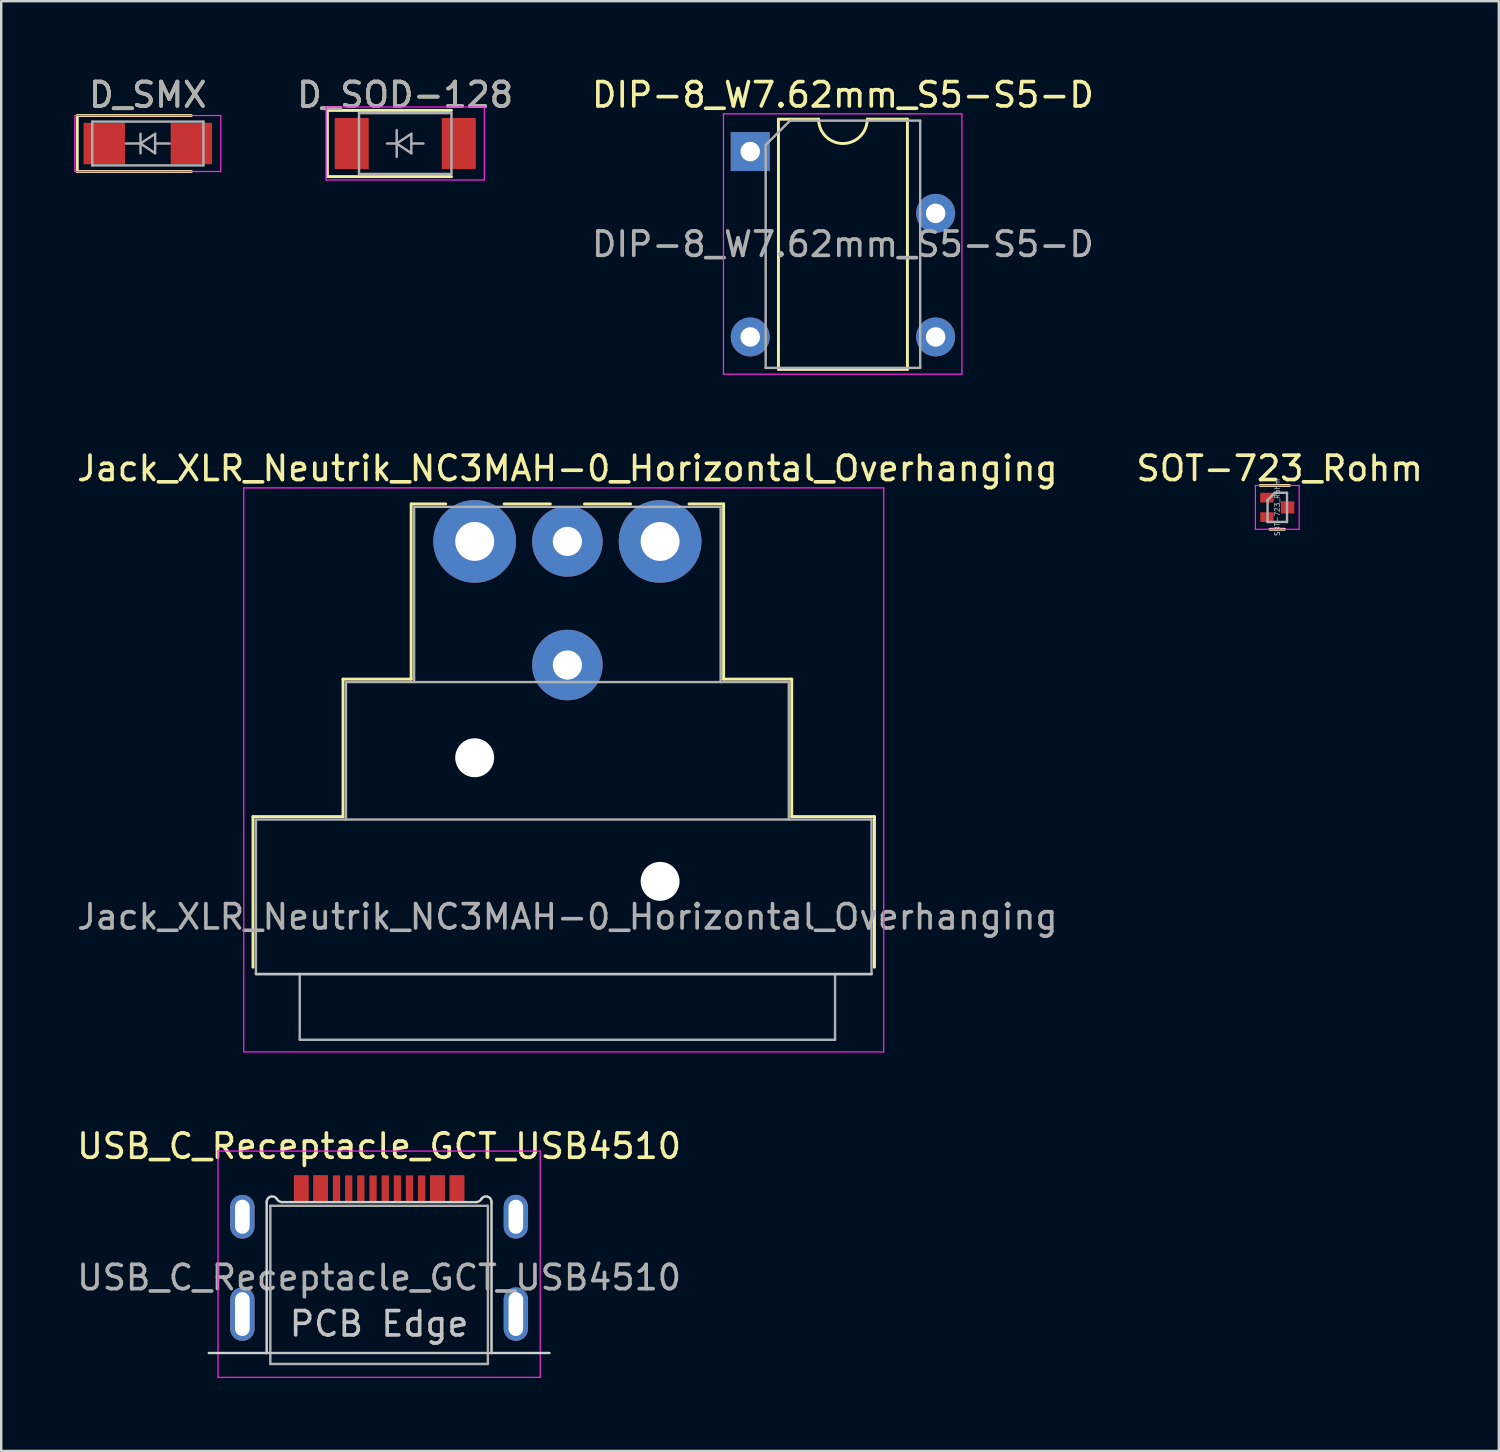
<source format=kicad_pcb>
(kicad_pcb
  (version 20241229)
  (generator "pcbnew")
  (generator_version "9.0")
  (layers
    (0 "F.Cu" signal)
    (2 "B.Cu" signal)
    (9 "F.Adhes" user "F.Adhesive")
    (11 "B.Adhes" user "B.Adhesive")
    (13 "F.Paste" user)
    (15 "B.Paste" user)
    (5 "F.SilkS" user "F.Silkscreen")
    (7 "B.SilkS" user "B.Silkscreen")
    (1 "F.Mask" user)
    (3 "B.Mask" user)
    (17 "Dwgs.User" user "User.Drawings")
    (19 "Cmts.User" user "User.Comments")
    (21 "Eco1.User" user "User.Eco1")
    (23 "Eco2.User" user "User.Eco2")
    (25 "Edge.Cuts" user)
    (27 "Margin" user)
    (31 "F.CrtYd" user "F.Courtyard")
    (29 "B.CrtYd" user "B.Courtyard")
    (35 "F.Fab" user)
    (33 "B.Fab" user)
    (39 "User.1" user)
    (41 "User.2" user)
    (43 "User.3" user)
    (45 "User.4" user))
  (footprint "D_SMX"
    (layer "F.Cu")
    (at 3.025 2.848)
    (property "Reference" "D_SMX" (at 0 -2 0) (layer "F.SilkS") (effects (font (size 1 1) (thickness 0.15))))
    (attr smd)
    (fp_line (start -2.9 -1.15) (end -2.9 1.15) (stroke (width 0.12) (type solid)) (layer "F.SilkS"))
    (fp_line (start -2.9 -1.15) (end 1.79 -1.15) (stroke (width 0.12) (type solid)) (layer "F.SilkS"))
    (fp_line (start -2.9 1.15) (end 1.79 1.15) (stroke (width 0.12) (type solid)) (layer "F.SilkS"))
    (fp_line (start -3 -1.15) (end 3 -1.15) (stroke (width 0.05) (type solid)) (layer "F.CrtYd"))
    (fp_line (start -3 1.15) (end -3 -1.15) (stroke (width 0.05) (type solid)) (layer "F.CrtYd"))
    (fp_line (start 3 -1.15) (end 3 1.15) (stroke (width 0.05) (type solid)) (layer "F.CrtYd"))
    (fp_line (start 3 1.15) (end -3 1.15) (stroke (width 0.05) (type solid)) (layer "F.CrtYd"))
    (fp_line (start -2.285 0.9) (end -2.285 -0.9) (stroke (width 0.1) (type solid)) (layer "F.Fab"))
    (fp_line (start -0.3 -0.4) (end -0.3 0.4) (stroke (width 0.1) (type solid)) (layer "F.Fab"))
    (fp_line (start -0.3 0) (end -0.9 0) (stroke (width 0.1) (type solid)) (layer "F.Fab"))
    (fp_line (start -0.3 0) (end 0.3 -0.4) (stroke (width 0.1) (type solid)) (layer "F.Fab"))
    (fp_line (start -0.3 0.001) (end 0.3 0.4) (stroke (width 0.1) (type solid)) (layer "F.Fab"))
    (fp_line (start 0.3 0) (end 0.9 0) (stroke (width 0.1) (type solid)) (layer "F.Fab"))
    (fp_line (start 0.3 0.4) (end 0.3 -0.4) (stroke (width 0.1) (type solid)) (layer "F.Fab"))
    (fp_line (start 2.285 -0.9) (end -2.285 -0.9) (stroke (width 0.1) (type solid)) (layer "F.Fab"))
    (fp_line (start 2.285 -0.9) (end 2.285 0.9) (stroke (width 0.1) (type solid)) (layer "F.Fab"))
    (fp_line (start 2.285 0.9) (end -2.285 0.9) (stroke (width 0.1) (type solid)) (layer "F.Fab"))
    (fp_text user "${REFERENCE}" (at 0 -2 0) (layer "F.Fab") (effects (font (size 1 1) (thickness 0.15))))
    (pad "1" smd rect (at -1.79 0) (size 1.7 1.7) (layers "F.Cu" "F.Mask" "F.Paste"))
    (pad "2" smd rect (at 1.79 0) (size 1.7 1.7) (layers "F.Cu" "F.Mask" "F.Paste")))
  (footprint "Jack_XLR_Neutrik_NC3MAH-0_Horizontal_Overhanging"
    (layer "F.Cu")
    (at 16.458 19.201)
    (property "Reference" "Jack_XLR_Neutrik_NC3MAH-0_Horizontal_Overhanging" (at 3.81 -3 0) (layer "F.SilkS") (effects (font (size 1 1) (thickness 0.15))))
    (attr through_hole)
    (fp_line (start -9.11 11.31) (end -5.41 11.31) (stroke (width 0.12) (type solid)) (layer "F.SilkS"))
    (fp_line (start -9.11 17.5) (end -9.11 11.31) (stroke (width 0.12) (type solid)) (layer "F.SilkS"))
    (fp_line (start -5.41 11.31) (end -5.41 5.66) (stroke (width 0.12) (type solid)) (layer "F.SilkS"))
    (fp_line (start -2.61 5.66) (end -5.41 5.66) (stroke (width 0.12) (type solid)) (layer "F.SilkS"))
    (fp_line (start -2.61 5.66) (end -2.61 -1.54) (stroke (width 0.12) (type solid)) (layer "F.SilkS"))
    (fp_line (start -1.19 -1.54) (end -2.61 -1.54) (stroke (width 0.12) (type solid)) (layer "F.SilkS"))
    (fp_line (start 3.11 -1.54) (end 1.21 -1.54) (stroke (width 0.12) (type solid)) (layer "F.SilkS"))
    (fp_line (start 4.51 -1.54) (end 6.41 -1.54) (stroke (width 0.12) (type solid)) (layer "F.SilkS"))
    (fp_line (start 10.23 -1.54) (end 8.81 -1.54) (stroke (width 0.12) (type solid)) (layer "F.SilkS"))
    (fp_line (start 10.23 5.66) (end 10.23 -1.54) (stroke (width 0.12) (type solid)) (layer "F.SilkS"))
    (fp_line (start 10.23 5.66) (end 13.03 5.66) (stroke (width 0.12) (type solid)) (layer "F.SilkS"))
    (fp_line (start 13.03 11.31) (end 13.03 5.66) (stroke (width 0.12) (type solid)) (layer "F.SilkS"))
    (fp_line (start 13.03 11.31) (end 16.43 11.31) (stroke (width 0.12) (type solid)) (layer "F.SilkS"))
    (fp_line (start 16.43 17.5) (end 16.43 11.31) (stroke (width 0.12) (type solid)) (layer "F.SilkS"))
    (fp_line (start 16.31 17.78) (end -8.99 17.78) (stroke (width 0.1) (type solid)) (layer "Dwgs.User"))
    (fp_line (start -9.49 20.98) (end -9.49 -2.2) (stroke (width 0.05) (type solid)) (layer "F.CrtYd"))
    (fp_line (start 16.81 -2.2) (end -9.49 -2.2) (stroke (width 0.05) (type solid)) (layer "F.CrtYd"))
    (fp_line (start 16.81 20.98) (end -9.49 20.98) (stroke (width 0.05) (type solid)) (layer "F.CrtYd"))
    (fp_line (start 16.81 20.98) (end 16.81 -2.2) (stroke (width 0.05) (type solid)) (layer "F.CrtYd"))
    (fp_line (start -8.99 11.43) (end 16.31 11.43) (stroke (width 0.1) (type solid)) (layer "F.Fab"))
    (fp_line (start -8.99 17.78) (end -8.99 11.43) (stroke (width 0.1) (type solid)) (layer "F.Fab"))
    (fp_line (start -7.19 20.48) (end -7.19 17.78) (stroke (width 0.1) (type solid)) (layer "F.Fab"))
    (fp_line (start -5.29 5.78) (end -5.29 11.43) (stroke (width 0.1) (type solid)) (layer "F.Fab"))
    (fp_line (start -5.29 5.78) (end 12.91 5.78) (stroke (width 0.1) (type solid)) (layer "F.Fab"))
    (fp_line (start -2.49 5.78) (end -2.49 -1.42) (stroke (width 0.1) (type solid)) (layer "F.Fab"))
    (fp_line (start 10.11 -1.42) (end -2.49 -1.42) (stroke (width 0.1) (type solid)) (layer "F.Fab"))
    (fp_line (start 10.11 5.78) (end 10.11 -1.42) (stroke (width 0.1) (type solid)) (layer "F.Fab"))
    (fp_line (start 12.91 11.43) (end 12.91 5.78) (stroke (width 0.1) (type solid)) (layer "F.Fab"))
    (fp_line (start 14.81 17.78) (end 14.81 20.48) (stroke (width 0.1) (type solid)) (layer "F.Fab"))
    (fp_line (start 14.81 20.48) (end -7.19 20.48) (stroke (width 0.1) (type solid)) (layer "F.Fab"))
    (fp_line (start 16.31 11.43) (end 16.31 17.78) (stroke (width 0.1) (type solid)) (layer "F.Fab"))
    (fp_line (start 16.31 17.78) (end -8.99 17.78) (stroke (width 0.1) (type solid)) (layer "F.Fab"))
    (fp_text user "${REFERENCE}" (at 3.81 15.43 0) (layer "F.Fab") (effects (font (size 1 1) (thickness 0.15))))
    (pad "" np_thru_hole circle (at 0 8.89) (size 1.6 1.6) (drill 1.6) (layers "*.Cu" "*.Mask"))
    (pad "" np_thru_hole circle (at 7.62 13.97) (size 1.6 1.6) (drill 1.6) (layers "*.Cu" "*.Mask"))
    (pad "1" thru_hole circle (at 0 0) (size 3.4 3.4) (drill 1.6) (layers "*.Cu" "*.Mask"))
    (pad "2" thru_hole circle (at 7.62 0) (size 3.4 3.4) (drill 1.6) (layers "*.Cu" "*.Mask"))
    (pad "3" thru_hole circle (at 3.81 0) (size 2.9 2.9) (drill 1.2) (layers "*.Cu" "*.Mask"))
    (pad "G" thru_hole circle (at 3.81 5.08) (size 2.9 2.9) (drill 1.2) (layers "*.Cu" "*.Mask")))
  (footprint "D_SOD-128"
    (layer "F.Cu")
    (at 13.604 2.848)
    (property "Reference" "D_SOD-128" (at 0 -2 0) (layer "F.SilkS") (effects (font (size 1 1) (thickness 0.15))))
    (attr smd)
    (fp_line (start -3.2 -1.36) (end -3.2 1.36) (stroke (width 0.12) (type solid)) (layer "F.SilkS"))
    (fp_line (start -3.2 -1.36) (end 1.9 -1.36) (stroke (width 0.12) (type solid)) (layer "F.SilkS"))
    (fp_line (start -3.2 1.36) (end 1.9 1.36) (stroke (width 0.12) (type solid)) (layer "F.SilkS"))
    (fp_line (start -3.25 -1.5) (end -3.25 1.5) (stroke (width 0.05) (type solid)) (layer "F.CrtYd"))
    (fp_line (start -3.25 -1.5) (end 3.25 -1.5) (stroke (width 0.05) (type solid)) (layer "F.CrtYd"))
    (fp_line (start 3.25 -1.5) (end 3.25 1.5) (stroke (width 0.05) (type solid)) (layer "F.CrtYd"))
    (fp_line (start 3.25 1.5) (end -3.25 1.5) (stroke (width 0.05) (type solid)) (layer "F.CrtYd"))
    (fp_line (start -1.9 -1.25) (end 1.9 -1.25) (stroke (width 0.1) (type solid)) (layer "F.Fab"))
    (fp_line (start -1.9 1.25) (end -1.9 -1.25) (stroke (width 0.1) (type solid)) (layer "F.Fab"))
    (fp_line (start -0.75 0) (end -0.35 0) (stroke (width 0.1) (type solid)) (layer "F.Fab"))
    (fp_line (start -0.35 0) (end -0.35 -0.55) (stroke (width 0.1) (type solid)) (layer "F.Fab"))
    (fp_line (start -0.35 0) (end -0.35 0.55) (stroke (width 0.1) (type solid)) (layer "F.Fab"))
    (fp_line (start -0.35 0) (end 0.25 -0.4) (stroke (width 0.1) (type solid)) (layer "F.Fab"))
    (fp_line (start 0.25 -0.4) (end 0.25 0.4) (stroke (width 0.1) (type solid)) (layer "F.Fab"))
    (fp_line (start 0.25 0) (end 0.75 0) (stroke (width 0.1) (type solid)) (layer "F.Fab"))
    (fp_line (start 0.25 0.4) (end -0.35 0) (stroke (width 0.1) (type solid)) (layer "F.Fab"))
    (fp_line (start 1.9 -1.25) (end 1.9 1.25) (stroke (width 0.1) (type solid)) (layer "F.Fab"))
    (fp_line (start 1.9 1.25) (end -1.9 1.25) (stroke (width 0.1) (type solid)) (layer "F.Fab"))
    (fp_text user "${REFERENCE}" (at 0 -2 0) (layer "F.Fab") (effects (font (size 1 1) (thickness 0.15))))
    (pad "1" smd rect (at -2.2 0) (size 1.4 2.1) (layers "F.Cu" "F.Mask" "F.Paste"))
    (pad "2" smd rect (at 2.2 0) (size 1.4 2.1) (layers "F.Cu" "F.Mask" "F.Paste")))
  (footprint "DIP-8_W7.62mm_S5-S5-D"
    (layer "F.Cu")
    (at 27.782 3.178)
    (property "Reference" "DIP-8_W7.62mm_S5-S5-D" (at 3.81 -2.33 0) (layer "F.SilkS") (effects (font (size 1 1) (thickness 0.15))))
    (attr through_hole)
    (fp_line (start 1.16 -1.33) (end 1.16 8.95) (stroke (width 0.12) (type solid)) (layer "F.SilkS"))
    (fp_line (start 1.16 8.95) (end 6.46 8.95) (stroke (width 0.12) (type solid)) (layer "F.SilkS"))
    (fp_line (start 2.81 -1.33) (end 1.16 -1.33) (stroke (width 0.12) (type solid)) (layer "F.SilkS"))
    (fp_line (start 6.46 -1.33) (end 4.81 -1.33) (stroke (width 0.12) (type solid)) (layer "F.SilkS"))
    (fp_line (start 6.46 8.95) (end 6.46 -1.33) (stroke (width 0.12) (type solid)) (layer "F.SilkS"))
    (fp_arc (start 4.81 -1.33) (mid 3.81 -0.33) (end 2.81 -1.33) (stroke (width 0.12) (type solid)) (layer "F.SilkS"))
    (fp_line (start -1.1 -1.55) (end -1.1 9.15) (stroke (width 0.05) (type solid)) (layer "F.CrtYd"))
    (fp_line (start -1.1 9.15) (end 8.7 9.15) (stroke (width 0.05) (type solid)) (layer "F.CrtYd"))
    (fp_line (start 8.7 -1.55) (end -1.1 -1.55) (stroke (width 0.05) (type solid)) (layer "F.CrtYd"))
    (fp_line (start 8.7 9.15) (end 8.7 -1.55) (stroke (width 0.05) (type solid)) (layer "F.CrtYd"))
    (fp_line (start 0.635 -0.27) (end 1.635 -1.27) (stroke (width 0.1) (type solid)) (layer "F.Fab"))
    (fp_line (start 0.635 8.89) (end 0.635 -0.27) (stroke (width 0.1) (type solid)) (layer "F.Fab"))
    (fp_line (start 1.635 -1.27) (end 6.985 -1.27) (stroke (width 0.1) (type solid)) (layer "F.Fab"))
    (fp_line (start 6.985 -1.27) (end 6.985 8.89) (stroke (width 0.1) (type solid)) (layer "F.Fab"))
    (fp_line (start 6.985 8.89) (end 0.635 8.89) (stroke (width 0.1) (type solid)) (layer "F.Fab"))
    (fp_text user "${REFERENCE}" (at 3.81 3.81 0) (layer "F.Fab") (effects (font (size 1 1) (thickness 0.15))))
    (pad "1" thru_hole rect (at 0 0) (size 1.6 1.6) (drill 0.8) (layers "*.Cu" "*.Mask"))
    (pad "4" thru_hole oval (at 0 7.62) (size 1.6 1.6) (drill 0.8) (layers "*.Cu" "*.Mask"))
    (pad "5" thru_hole oval (at 7.62 7.62) (size 1.6 1.6) (drill 0.8) (layers "*.Cu" "*.Mask"))
    (pad "7" thru_hole oval (at 7.62 2.54) (size 1.6 1.6) (drill 0.8) (layers "*.Cu" "*.Mask")))
  (footprint "SOT-723_Rohm"
    (layer "F.Cu")
    (at 49.442 17.802)
    (property "Reference" "SOT-723_Rohm" (at 0.1 -1.6 0) (layer "F.SilkS") (effects (font (size 1 1) (thickness 0.15))))
    (attr smd)
    (fp_line (start 0.3 0.9) (end -0.3 0.9) (stroke (width 0.12) (type solid)) (layer "F.SilkS"))
    (fp_line (start 0.5 -0.9) (end -0.7 -0.9) (stroke (width 0.12) (type solid)) (layer "F.SilkS"))
    (fp_line (start -0.9 -0.9) (end -0.9 -0.9) (stroke (width 0.05) (type solid)) (layer "F.CrtYd"))
    (fp_line (start -0.9 -0.9) (end 0.9 -0.9) (stroke (width 0.05) (type solid)) (layer "F.CrtYd"))
    (fp_line (start -0.9 0.9) (end -0.9 -0.9) (stroke (width 0.05) (type solid)) (layer "F.CrtYd"))
    (fp_line (start 0.9 -0.9) (end 0.9 0.9) (stroke (width 0.05) (type solid)) (layer "F.CrtYd"))
    (fp_line (start 0.9 0.9) (end -0.9 0.9) (stroke (width 0.05) (type solid)) (layer "F.CrtYd"))
    (fp_line (start -0.4 -0.3) (end -0.1 -0.6) (stroke (width 0.1) (type solid)) (layer "F.Fab"))
    (fp_line (start -0.4 0.6) (end -0.4 -0.3) (stroke (width 0.1) (type solid)) (layer "F.Fab"))
    (fp_line (start -0.1 -0.6) (end 0.4 -0.6) (stroke (width 0.1) (type solid)) (layer "F.Fab"))
    (fp_line (start 0.4 -0.6) (end 0.4 0.6) (stroke (width 0.1) (type solid)) (layer "F.Fab"))
    (fp_line (start 0.4 0.6) (end -0.4 0.6) (stroke (width 0.1) (type solid)) (layer "F.Fab"))
    (fp_text user "${REFERENCE}" (at 0 0 90) (layer "F.Fab") (effects (font (size 0.2 0.2) (thickness 0.03))))
    (pad "1" smd rect (at -0.425 -0.4) (size 0.55 0.4) (layers "F.Cu" "F.Mask" "F.Paste"))
    (pad "2" smd rect (at -0.425 0.4) (size 0.55 0.4) (layers "F.Cu" "F.Mask" "F.Paste"))
    (pad "3" smd rect (at 0.425 0) (size 0.55 0.5) (layers "F.Cu" "F.Mask" "F.Paste")))
  (footprint "USB_C_Receptacle_GCT_USB4510"
    (layer "F.Cu")
    (at 12.53 52.555)
    (property "Reference" "USB_C_Receptacle_GCT_USB4510" (at 0 -8.5 0) (layer "F.SilkS") (effects (font (size 1 1) (thickness 0.15))))
    (attr smd)
    (fp_line (start -4.62 0) (end 4.62 0) (stroke (width 0.1) (type solid)) (layer "Dwgs.User"))
    (fp_line (start -7 0) (end -4.62 0) (stroke (width 0.1) (type solid)) (layer "Edge.Cuts"))
    (fp_line (start -4.62 -6.192) (end -4.62 0) (stroke (width 0.1) (type solid)) (layer "Edge.Cuts"))
    (fp_line (start 3.998 -6.2) (end -3.998 -6.2) (stroke (width 0.1) (type solid)) (layer "Edge.Cuts"))
    (fp_line (start 4.62 -6.191) (end 4.62 0) (stroke (width 0.1) (type solid)) (layer "Edge.Cuts"))
    (fp_line (start 4.62 0) (end 7 0) (stroke (width 0.1) (type solid)) (layer "Edge.Cuts"))
    (fp_arc (start -4.62 -6.192) (mid -4.461706 -6.424898) (end -4.198639 -6.324428) (stroke (width 0.1) (type solid)) (layer "Edge.Cuts"))
    (fp_arc (start -3.998202 -6.201) (mid -4.112782 -6.239205) (end -4.198202 -6.324596) (stroke (width 0.1) (type solid)) (layer "Edge.Cuts"))
    (fp_arc (start 4.198202 -6.323596) (mid 4.112782 -6.238205) (end 3.998202 -6.2) (stroke (width 0.1) (type solid)) (layer "Edge.Cuts"))
    (fp_arc (start 4.198639 -6.323428) (mid 4.461706 -6.423898) (end 4.62 -6.191) (stroke (width 0.1) (type solid)) (layer "Edge.Cuts"))
    (fp_line (start -6.62 -8.3) (end -6.62 1) (stroke (width 0.05) (type solid)) (layer "F.CrtYd"))
    (fp_line (start -6.62 1) (end 6.62 1) (stroke (width 0.05) (type solid)) (layer "F.CrtYd"))
    (fp_line (start 6.62 -8.3) (end -6.62 -8.3) (stroke (width 0.05) (type solid)) (layer "F.CrtYd"))
    (fp_line (start 6.62 1) (end 6.62 -8.3) (stroke (width 0.05) (type solid)) (layer "F.CrtYd"))
    (fp_line (start -4.47 -6.05) (end -4.47 0.45) (stroke (width 0.1) (type solid)) (layer "F.Fab"))
    (fp_line (start -4.47 -6.05) (end 4.47 -6.05) (stroke (width 0.1) (type solid)) (layer "F.Fab"))
    (fp_line (start 4.47 -6.05) (end 4.47 0.45) (stroke (width 0.1) (type solid)) (layer "F.Fab"))
    (fp_line (start 4.47 0.45) (end -4.47 0.45) (stroke (width 0.1) (type solid)) (layer "F.Fab"))
    (fp_text user "PCB Edge" (at 0 -1.2 0) (layer "Dwgs.User") (effects (font (size 1 1) (thickness 0.15))))
    (fp_text user "${REFERENCE}" (at 0 -3.1 0) (layer "F.Fab") (effects (font (size 1 1) (thickness 0.15))))
    (pad "" thru_hole oval (at 5.62 -5.6 90) (size 1.8 1) (drill oval 1.4 0.6) (layers "*.Cu" "*.Mask"))
    (pad "" thru_hole oval (at 5.62 -1.6 90) (size 2.2 1) (drill oval 1.8 0.6) (layers "*.Cu" "*.Mask"))
    (pad "A1" smd rect (at -3.2 -6.75) (size 0.6 1.1) (layers "F.Cu" "F.Mask" "F.Paste"))
    (pad "A4" smd rect (at -2.4 -6.75) (size 0.6 1.1) (layers "F.Cu" "F.Mask" "F.Paste"))
    (pad "A5" smd rect (at -1.25 -6.75 180) (size 0.3 1.1) (layers "F.Cu" "F.Mask" "F.Paste"))
    (pad "A6" smd rect (at -0.25 -6.75 180) (size 0.3 1.1) (layers "F.Cu" "F.Mask" "F.Paste"))
    (pad "A7" smd rect (at 0.25 -6.75 180) (size 0.3 1.1) (layers "F.Cu" "F.Mask" "F.Paste"))
    (pad "A8" smd rect (at 1.25 -6.75 180) (size 0.3 1.1) (layers "F.Cu" "F.Mask" "F.Paste"))
    (pad "A9" smd rect (at 2.4 -6.75) (size 0.6 1.1) (layers "F.Cu" "F.Mask" "F.Paste"))
    (pad "A12" smd rect (at 3.2 -6.75) (size 0.6 1.1) (layers "F.Cu" "F.Mask" "F.Paste"))
    (pad "B1" smd rect (at 3.2 -6.75) (size 0.6 1.1) (layers "F.Cu" "F.Mask" "F.Paste"))
    (pad "B4" smd rect (at 2.4 -6.75) (size 0.6 1.1) (layers "F.Cu" "F.Mask" "F.Paste"))
    (pad "B5" smd rect (at 1.75 -6.75 180) (size 0.3 1.1) (layers "F.Cu" "F.Mask" "F.Paste"))
    (pad "B6" smd rect (at 0.75 -6.75 180) (size 0.3 1.1) (layers "F.Cu" "F.Mask" "F.Paste"))
    (pad "B7" smd rect (at -0.75 -6.75 180) (size 0.3 1.1) (layers "F.Cu" "F.Mask" "F.Paste"))
    (pad "B8" smd rect (at -1.75 -6.75 180) (size 0.3 1.1) (layers "F.Cu" "F.Mask" "F.Paste"))
    (pad "B9" smd rect (at -2.4 -6.75) (size 0.6 1.1) (layers "F.Cu" "F.Mask" "F.Paste"))
    (pad "B12" smd rect (at -3.2 -6.75) (size 0.6 1.1) (layers "F.Cu" "F.Mask" "F.Paste"))
    (pad "S1" thru_hole oval (at -5.62 -5.6 90) (size 1.8 1) (drill oval 1.4 0.6) (layers "*.Cu" "*.Mask"))
    (pad "S1" thru_hole oval (at -5.62 -1.6 90) (size 2.2 1) (drill oval 1.8 0.6) (layers "*.Cu" "*.Mask")))
  (gr_rect
    (start -3 -3)
    (end 58.548 56.58)
    (stroke (width 0.1) (type default))
    (fill no)
    (layer "Edge.Cuts")))
</source>
